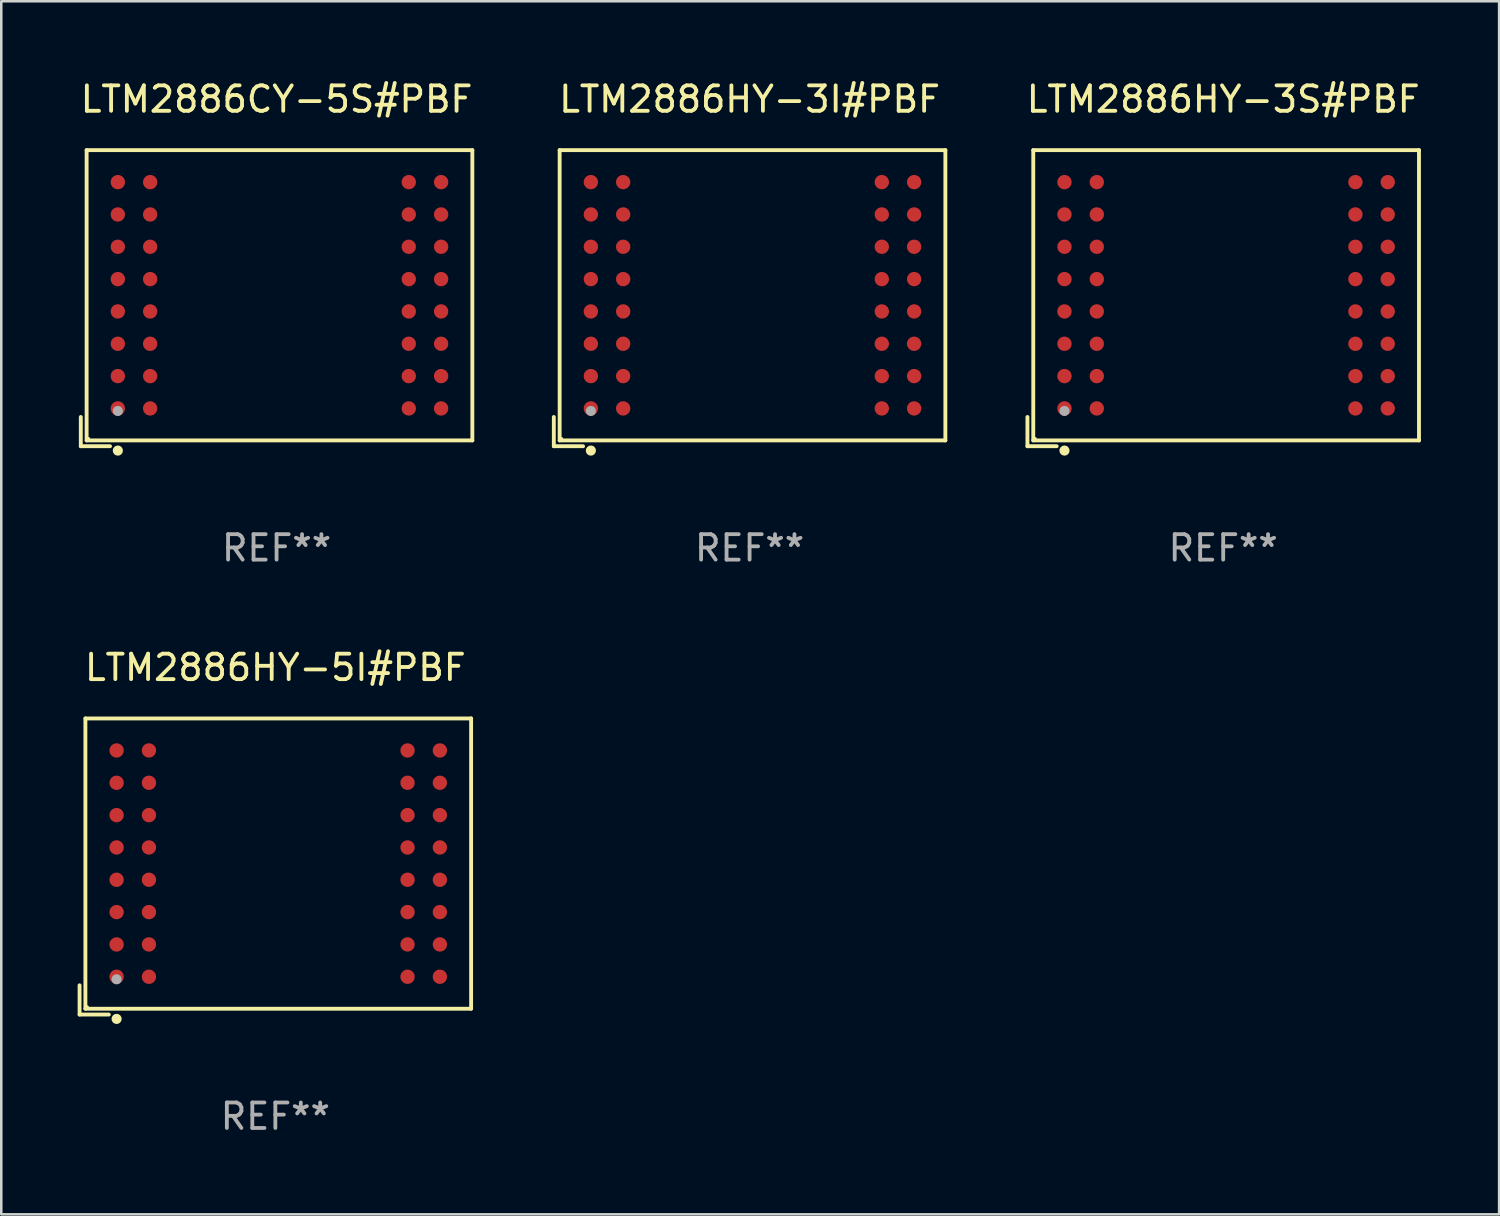
<source format=kicad_pcb>
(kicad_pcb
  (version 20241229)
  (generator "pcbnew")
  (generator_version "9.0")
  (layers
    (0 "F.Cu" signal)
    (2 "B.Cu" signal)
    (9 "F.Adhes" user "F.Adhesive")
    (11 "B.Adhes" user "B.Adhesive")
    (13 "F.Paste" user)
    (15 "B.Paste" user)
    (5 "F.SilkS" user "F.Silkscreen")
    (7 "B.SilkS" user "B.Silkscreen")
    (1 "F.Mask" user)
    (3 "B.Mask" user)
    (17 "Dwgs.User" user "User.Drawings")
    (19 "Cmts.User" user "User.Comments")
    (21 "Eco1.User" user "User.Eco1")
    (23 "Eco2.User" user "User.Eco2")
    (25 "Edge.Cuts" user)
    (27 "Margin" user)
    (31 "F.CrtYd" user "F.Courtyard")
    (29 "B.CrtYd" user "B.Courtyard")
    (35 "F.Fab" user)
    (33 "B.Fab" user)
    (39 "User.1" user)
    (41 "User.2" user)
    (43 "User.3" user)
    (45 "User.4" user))
  (footprint "LTM2886CY-5S#PBF"
    (layer "F.Cu")
    (at 7.815 8.664)
    (property "Reference" "LTM2886CY-5S#PBF" (at 0 -7.816 0) (layer "F.SilkS") (effects (font (size 1 1) (thickness 0.15))))
    (attr through_hole)
    (fp_line (start -7.691 4.667) (end -7.691 5.816) (stroke (width 0.152) (type solid)) (layer "F.SilkS"))
    (fp_line (start -7.691 5.816) (end -6.542 5.816) (stroke (width 0.152) (type solid)) (layer "F.SilkS"))
    (fp_line (start -7.462 -5.816) (end 7.691 -5.816) (stroke (width 0.152) (type solid)) (layer "F.SilkS"))
    (fp_line (start -7.462 5.587) (end -7.462 -5.816) (stroke (width 0.152) (type solid)) (layer "F.SilkS"))
    (fp_line (start 7.691 -5.816) (end 7.691 5.587) (stroke (width 0.152) (type solid)) (layer "F.SilkS"))
    (fp_line (start 7.691 5.587) (end -7.462 5.587) (stroke (width 0.152) (type solid)) (layer "F.SilkS"))
    (fp_circle (center -7.386 5.511) (end -7.356 5.511) (stroke (width 0.06) (type solid)) (fill no) (layer "F.SilkS"))
    (fp_circle (center -6.236 5.987) (end -6.136 5.987) (stroke (width 0.2) (type solid)) (fill no) (layer "F.SilkS"))
    (fp_circle (center -6.236 4.431) (end -6.136 4.431) (stroke (width 0.2) (type solid)) (fill no) (layer "F.Fab"))
    (fp_text user "REF**" (at 0 9.816 0) (layer "F.Fab") (effects (font (size 1 1) (thickness 0.15))))
    (pad "A1" smd circle (at -6.236 4.331) (size 0.563 0.563) (layers "F.Cu" "F.Mask" "F.Paste"))
    (pad "A2" smd circle (at -6.236 3.061) (size 0.563 0.563) (layers "F.Cu" "F.Mask" "F.Paste"))
    (pad "A3" smd circle (at -6.236 1.791) (size 0.563 0.563) (layers "F.Cu" "F.Mask" "F.Paste"))
    (pad "A4" smd circle (at -6.236 0.521) (size 0.563 0.563) (layers "F.Cu" "F.Mask" "F.Paste"))
    (pad "A5" smd circle (at -6.236 -0.749) (size 0.563 0.563) (layers "F.Cu" "F.Mask" "F.Paste"))
    (pad "A6" smd circle (at -6.236 -2.019) (size 0.563 0.563) (layers "F.Cu" "F.Mask" "F.Paste"))
    (pad "A7" smd circle (at -6.236 -3.289) (size 0.563 0.563) (layers "F.Cu" "F.Mask" "F.Paste"))
    (pad "A8" smd circle (at -6.236 -4.559) (size 0.563 0.563) (layers "F.Cu" "F.Mask" "F.Paste"))
    (pad "B1" smd circle (at -4.966 4.331) (size 0.563 0.563) (layers "F.Cu" "F.Mask" "F.Paste"))
    (pad "B2" smd circle (at -4.966 3.061) (size 0.563 0.563) (layers "F.Cu" "F.Mask" "F.Paste"))
    (pad "B3" smd circle (at -4.966 1.791) (size 0.563 0.563) (layers "F.Cu" "F.Mask" "F.Paste"))
    (pad "B4" smd circle (at -4.966 0.521) (size 0.563 0.563) (layers "F.Cu" "F.Mask" "F.Paste"))
    (pad "B5" smd circle (at -4.966 -0.749) (size 0.563 0.563) (layers "F.Cu" "F.Mask" "F.Paste"))
    (pad "B6" smd circle (at -4.966 -2.019) (size 0.563 0.563) (layers "F.Cu" "F.Mask" "F.Paste"))
    (pad "B7" smd circle (at -4.966 -3.289) (size 0.563 0.563) (layers "F.Cu" "F.Mask" "F.Paste"))
    (pad "B8" smd circle (at -4.966 -4.559) (size 0.563 0.563) (layers "F.Cu" "F.Mask" "F.Paste"))
    (pad "K1" smd circle (at 5.194 4.331) (size 0.563 0.563) (layers "F.Cu" "F.Mask" "F.Paste"))
    (pad "K2" smd circle (at 5.194 3.061) (size 0.563 0.563) (layers "F.Cu" "F.Mask" "F.Paste"))
    (pad "K3" smd circle (at 5.194 1.791) (size 0.563 0.563) (layers "F.Cu" "F.Mask" "F.Paste"))
    (pad "K4" smd circle (at 5.194 0.521) (size 0.563 0.563) (layers "F.Cu" "F.Mask" "F.Paste"))
    (pad "K5" smd circle (at 5.194 -0.749) (size 0.563 0.563) (layers "F.Cu" "F.Mask" "F.Paste"))
    (pad "K6" smd circle (at 5.194 -2.019) (size 0.563 0.563) (layers "F.Cu" "F.Mask" "F.Paste"))
    (pad "K7" smd circle (at 5.194 -3.289) (size 0.563 0.563) (layers "F.Cu" "F.Mask" "F.Paste"))
    (pad "K8" smd circle (at 5.194 -4.559) (size 0.563 0.563) (layers "F.Cu" "F.Mask" "F.Paste"))
    (pad "L1" smd circle (at 6.464 4.331) (size 0.563 0.563) (layers "F.Cu" "F.Mask" "F.Paste"))
    (pad "L2" smd circle (at 6.464 3.061) (size 0.563 0.563) (layers "F.Cu" "F.Mask" "F.Paste"))
    (pad "L3" smd circle (at 6.464 1.791) (size 0.563 0.563) (layers "F.Cu" "F.Mask" "F.Paste"))
    (pad "L4" smd circle (at 6.464 0.521) (size 0.563 0.563) (layers "F.Cu" "F.Mask" "F.Paste"))
    (pad "L5" smd circle (at 6.464 -0.749) (size 0.563 0.563) (layers "F.Cu" "F.Mask" "F.Paste"))
    (pad "L6" smd circle (at 6.464 -2.019) (size 0.563 0.563) (layers "F.Cu" "F.Mask" "F.Paste"))
    (pad "L7" smd circle (at 6.464 -3.289) (size 0.563 0.563) (layers "F.Cu" "F.Mask" "F.Paste"))
    (pad "L8" smd circle (at 6.464 -4.559) (size 0.563 0.563) (layers "F.Cu" "F.Mask" "F.Paste")))
  (footprint "LTM2886HY-5I#PBF"
    (layer "F.Cu")
    (at 7.767 30.991)
    (property "Reference" "LTM2886HY-5I#PBF" (at 0 -7.816 0) (layer "F.SilkS") (effects (font (size 1 1) (thickness 0.15))))
    (attr through_hole)
    (fp_line (start -7.691 4.667) (end -7.691 5.816) (stroke (width 0.152) (type solid)) (layer "F.SilkS"))
    (fp_line (start -7.691 5.816) (end -6.542 5.816) (stroke (width 0.152) (type solid)) (layer "F.SilkS"))
    (fp_line (start -7.462 -5.816) (end 7.691 -5.816) (stroke (width 0.152) (type solid)) (layer "F.SilkS"))
    (fp_line (start -7.462 5.587) (end -7.462 -5.816) (stroke (width 0.152) (type solid)) (layer "F.SilkS"))
    (fp_line (start 7.691 -5.816) (end 7.691 5.587) (stroke (width 0.152) (type solid)) (layer "F.SilkS"))
    (fp_line (start 7.691 5.587) (end -7.462 5.587) (stroke (width 0.152) (type solid)) (layer "F.SilkS"))
    (fp_circle (center -7.386 5.511) (end -7.356 5.511) (stroke (width 0.06) (type solid)) (fill no) (layer "F.SilkS"))
    (fp_circle (center -6.236 5.987) (end -6.136 5.987) (stroke (width 0.2) (type solid)) (fill no) (layer "F.SilkS"))
    (fp_circle (center -6.236 4.431) (end -6.136 4.431) (stroke (width 0.2) (type solid)) (fill no) (layer "F.Fab"))
    (fp_text user "REF**" (at 0 9.816 0) (layer "F.Fab") (effects (font (size 1 1) (thickness 0.15))))
    (pad "A1" smd circle (at -6.236 4.331) (size 0.563 0.563) (layers "F.Cu" "F.Mask" "F.Paste"))
    (pad "A2" smd circle (at -6.236 3.061) (size 0.563 0.563) (layers "F.Cu" "F.Mask" "F.Paste"))
    (pad "A3" smd circle (at -6.236 1.791) (size 0.563 0.563) (layers "F.Cu" "F.Mask" "F.Paste"))
    (pad "A4" smd circle (at -6.236 0.521) (size 0.563 0.563) (layers "F.Cu" "F.Mask" "F.Paste"))
    (pad "A5" smd circle (at -6.236 -0.749) (size 0.563 0.563) (layers "F.Cu" "F.Mask" "F.Paste"))
    (pad "A6" smd circle (at -6.236 -2.019) (size 0.563 0.563) (layers "F.Cu" "F.Mask" "F.Paste"))
    (pad "A7" smd circle (at -6.236 -3.289) (size 0.563 0.563) (layers "F.Cu" "F.Mask" "F.Paste"))
    (pad "A8" smd circle (at -6.236 -4.559) (size 0.563 0.563) (layers "F.Cu" "F.Mask" "F.Paste"))
    (pad "B1" smd circle (at -4.966 4.331) (size 0.563 0.563) (layers "F.Cu" "F.Mask" "F.Paste"))
    (pad "B2" smd circle (at -4.966 3.061) (size 0.563 0.563) (layers "F.Cu" "F.Mask" "F.Paste"))
    (pad "B3" smd circle (at -4.966 1.791) (size 0.563 0.563) (layers "F.Cu" "F.Mask" "F.Paste"))
    (pad "B4" smd circle (at -4.966 0.521) (size 0.563 0.563) (layers "F.Cu" "F.Mask" "F.Paste"))
    (pad "B5" smd circle (at -4.966 -0.749) (size 0.563 0.563) (layers "F.Cu" "F.Mask" "F.Paste"))
    (pad "B6" smd circle (at -4.966 -2.019) (size 0.563 0.563) (layers "F.Cu" "F.Mask" "F.Paste"))
    (pad "B7" smd circle (at -4.966 -3.289) (size 0.563 0.563) (layers "F.Cu" "F.Mask" "F.Paste"))
    (pad "B8" smd circle (at -4.966 -4.559) (size 0.563 0.563) (layers "F.Cu" "F.Mask" "F.Paste"))
    (pad "K1" smd circle (at 5.194 4.331) (size 0.563 0.563) (layers "F.Cu" "F.Mask" "F.Paste"))
    (pad "K2" smd circle (at 5.194 3.061) (size 0.563 0.563) (layers "F.Cu" "F.Mask" "F.Paste"))
    (pad "K3" smd circle (at 5.194 1.791) (size 0.563 0.563) (layers "F.Cu" "F.Mask" "F.Paste"))
    (pad "K4" smd circle (at 5.194 0.521) (size 0.563 0.563) (layers "F.Cu" "F.Mask" "F.Paste"))
    (pad "K5" smd circle (at 5.194 -0.749) (size 0.563 0.563) (layers "F.Cu" "F.Mask" "F.Paste"))
    (pad "K6" smd circle (at 5.194 -2.019) (size 0.563 0.563) (layers "F.Cu" "F.Mask" "F.Paste"))
    (pad "K7" smd circle (at 5.194 -3.289) (size 0.563 0.563) (layers "F.Cu" "F.Mask" "F.Paste"))
    (pad "K8" smd circle (at 5.194 -4.559) (size 0.563 0.563) (layers "F.Cu" "F.Mask" "F.Paste"))
    (pad "L1" smd circle (at 6.464 4.331) (size 0.563 0.563) (layers "F.Cu" "F.Mask" "F.Paste"))
    (pad "L2" smd circle (at 6.464 3.061) (size 0.563 0.563) (layers "F.Cu" "F.Mask" "F.Paste"))
    (pad "L3" smd circle (at 6.464 1.791) (size 0.563 0.563) (layers "F.Cu" "F.Mask" "F.Paste"))
    (pad "L4" smd circle (at 6.464 0.521) (size 0.563 0.563) (layers "F.Cu" "F.Mask" "F.Paste"))
    (pad "L5" smd circle (at 6.464 -0.749) (size 0.563 0.563) (layers "F.Cu" "F.Mask" "F.Paste"))
    (pad "L6" smd circle (at 6.464 -2.019) (size 0.563 0.563) (layers "F.Cu" "F.Mask" "F.Paste"))
    (pad "L7" smd circle (at 6.464 -3.289) (size 0.563 0.563) (layers "F.Cu" "F.Mask" "F.Paste"))
    (pad "L8" smd circle (at 6.464 -4.559) (size 0.563 0.563) (layers "F.Cu" "F.Mask" "F.Paste")))
  (footprint "LTM2886HY-3S#PBF"
    (layer "F.Cu")
    (at 45.004 8.664)
    (property "Reference" "LTM2886HY-3S#PBF" (at 0 -7.816 0) (layer "F.SilkS") (effects (font (size 1 1) (thickness 0.15))))
    (attr through_hole)
    (fp_line (start -7.691 4.667) (end -7.691 5.816) (stroke (width 0.152) (type solid)) (layer "F.SilkS"))
    (fp_line (start -7.691 5.816) (end -6.542 5.816) (stroke (width 0.152) (type solid)) (layer "F.SilkS"))
    (fp_line (start -7.462 -5.816) (end 7.691 -5.816) (stroke (width 0.152) (type solid)) (layer "F.SilkS"))
    (fp_line (start -7.462 5.587) (end -7.462 -5.816) (stroke (width 0.152) (type solid)) (layer "F.SilkS"))
    (fp_line (start 7.691 -5.816) (end 7.691 5.587) (stroke (width 0.152) (type solid)) (layer "F.SilkS"))
    (fp_line (start 7.691 5.587) (end -7.462 5.587) (stroke (width 0.152) (type solid)) (layer "F.SilkS"))
    (fp_circle (center -7.386 5.511) (end -7.356 5.511) (stroke (width 0.06) (type solid)) (fill no) (layer "F.SilkS"))
    (fp_circle (center -6.236 5.987) (end -6.136 5.987) (stroke (width 0.2) (type solid)) (fill no) (layer "F.SilkS"))
    (fp_circle (center -6.236 4.431) (end -6.136 4.431) (stroke (width 0.2) (type solid)) (fill no) (layer "F.Fab"))
    (fp_text user "REF**" (at 0 9.816 0) (layer "F.Fab") (effects (font (size 1 1) (thickness 0.15))))
    (pad "A1" smd circle (at -6.236 4.331) (size 0.563 0.563) (layers "F.Cu" "F.Mask" "F.Paste"))
    (pad "A2" smd circle (at -6.236 3.061) (size 0.563 0.563) (layers "F.Cu" "F.Mask" "F.Paste"))
    (pad "A3" smd circle (at -6.236 1.791) (size 0.563 0.563) (layers "F.Cu" "F.Mask" "F.Paste"))
    (pad "A4" smd circle (at -6.236 0.521) (size 0.563 0.563) (layers "F.Cu" "F.Mask" "F.Paste"))
    (pad "A5" smd circle (at -6.236 -0.749) (size 0.563 0.563) (layers "F.Cu" "F.Mask" "F.Paste"))
    (pad "A6" smd circle (at -6.236 -2.019) (size 0.563 0.563) (layers "F.Cu" "F.Mask" "F.Paste"))
    (pad "A7" smd circle (at -6.236 -3.289) (size 0.563 0.563) (layers "F.Cu" "F.Mask" "F.Paste"))
    (pad "A8" smd circle (at -6.236 -4.559) (size 0.563 0.563) (layers "F.Cu" "F.Mask" "F.Paste"))
    (pad "B1" smd circle (at -4.966 4.331) (size 0.563 0.563) (layers "F.Cu" "F.Mask" "F.Paste"))
    (pad "B2" smd circle (at -4.966 3.061) (size 0.563 0.563) (layers "F.Cu" "F.Mask" "F.Paste"))
    (pad "B3" smd circle (at -4.966 1.791) (size 0.563 0.563) (layers "F.Cu" "F.Mask" "F.Paste"))
    (pad "B4" smd circle (at -4.966 0.521) (size 0.563 0.563) (layers "F.Cu" "F.Mask" "F.Paste"))
    (pad "B5" smd circle (at -4.966 -0.749) (size 0.563 0.563) (layers "F.Cu" "F.Mask" "F.Paste"))
    (pad "B6" smd circle (at -4.966 -2.019) (size 0.563 0.563) (layers "F.Cu" "F.Mask" "F.Paste"))
    (pad "B7" smd circle (at -4.966 -3.289) (size 0.563 0.563) (layers "F.Cu" "F.Mask" "F.Paste"))
    (pad "B8" smd circle (at -4.966 -4.559) (size 0.563 0.563) (layers "F.Cu" "F.Mask" "F.Paste"))
    (pad "K1" smd circle (at 5.194 4.331) (size 0.563 0.563) (layers "F.Cu" "F.Mask" "F.Paste"))
    (pad "K2" smd circle (at 5.194 3.061) (size 0.563 0.563) (layers "F.Cu" "F.Mask" "F.Paste"))
    (pad "K3" smd circle (at 5.194 1.791) (size 0.563 0.563) (layers "F.Cu" "F.Mask" "F.Paste"))
    (pad "K4" smd circle (at 5.194 0.521) (size 0.563 0.563) (layers "F.Cu" "F.Mask" "F.Paste"))
    (pad "K5" smd circle (at 5.194 -0.749) (size 0.563 0.563) (layers "F.Cu" "F.Mask" "F.Paste"))
    (pad "K6" smd circle (at 5.194 -2.019) (size 0.563 0.563) (layers "F.Cu" "F.Mask" "F.Paste"))
    (pad "K7" smd circle (at 5.194 -3.289) (size 0.563 0.563) (layers "F.Cu" "F.Mask" "F.Paste"))
    (pad "K8" smd circle (at 5.194 -4.559) (size 0.563 0.563) (layers "F.Cu" "F.Mask" "F.Paste"))
    (pad "L1" smd circle (at 6.464 4.331) (size 0.563 0.563) (layers "F.Cu" "F.Mask" "F.Paste"))
    (pad "L2" smd circle (at 6.464 3.061) (size 0.563 0.563) (layers "F.Cu" "F.Mask" "F.Paste"))
    (pad "L3" smd circle (at 6.464 1.791) (size 0.563 0.563) (layers "F.Cu" "F.Mask" "F.Paste"))
    (pad "L4" smd circle (at 6.464 0.521) (size 0.563 0.563) (layers "F.Cu" "F.Mask" "F.Paste"))
    (pad "L5" smd circle (at 6.464 -0.749) (size 0.563 0.563) (layers "F.Cu" "F.Mask" "F.Paste"))
    (pad "L6" smd circle (at 6.464 -2.019) (size 0.563 0.563) (layers "F.Cu" "F.Mask" "F.Paste"))
    (pad "L7" smd circle (at 6.464 -3.289) (size 0.563 0.563) (layers "F.Cu" "F.Mask" "F.Paste"))
    (pad "L8" smd circle (at 6.464 -4.559) (size 0.563 0.563) (layers "F.Cu" "F.Mask" "F.Paste")))
  (footprint "LTM2886HY-3I#PBF"
    (layer "F.Cu")
    (at 26.398 8.664)
    (property "Reference" "LTM2886HY-3I#PBF" (at 0 -7.816 0) (layer "F.SilkS") (effects (font (size 1 1) (thickness 0.15))))
    (attr through_hole)
    (fp_line (start -7.691 4.667) (end -7.691 5.816) (stroke (width 0.152) (type solid)) (layer "F.SilkS"))
    (fp_line (start -7.691 5.816) (end -6.542 5.816) (stroke (width 0.152) (type solid)) (layer "F.SilkS"))
    (fp_line (start -7.462 -5.816) (end 7.691 -5.816) (stroke (width 0.152) (type solid)) (layer "F.SilkS"))
    (fp_line (start -7.462 5.587) (end -7.462 -5.816) (stroke (width 0.152) (type solid)) (layer "F.SilkS"))
    (fp_line (start 7.691 -5.816) (end 7.691 5.587) (stroke (width 0.152) (type solid)) (layer "F.SilkS"))
    (fp_line (start 7.691 5.587) (end -7.462 5.587) (stroke (width 0.152) (type solid)) (layer "F.SilkS"))
    (fp_circle (center -7.386 5.511) (end -7.356 5.511) (stroke (width 0.06) (type solid)) (fill no) (layer "F.SilkS"))
    (fp_circle (center -6.236 5.987) (end -6.136 5.987) (stroke (width 0.2) (type solid)) (fill no) (layer "F.SilkS"))
    (fp_circle (center -6.236 4.431) (end -6.136 4.431) (stroke (width 0.2) (type solid)) (fill no) (layer "F.Fab"))
    (fp_text user "REF**" (at 0 9.816 0) (layer "F.Fab") (effects (font (size 1 1) (thickness 0.15))))
    (pad "A1" smd circle (at -6.236 4.331) (size 0.563 0.563) (layers "F.Cu" "F.Mask" "F.Paste"))
    (pad "A2" smd circle (at -6.236 3.061) (size 0.563 0.563) (layers "F.Cu" "F.Mask" "F.Paste"))
    (pad "A3" smd circle (at -6.236 1.791) (size 0.563 0.563) (layers "F.Cu" "F.Mask" "F.Paste"))
    (pad "A4" smd circle (at -6.236 0.521) (size 0.563 0.563) (layers "F.Cu" "F.Mask" "F.Paste"))
    (pad "A5" smd circle (at -6.236 -0.749) (size 0.563 0.563) (layers "F.Cu" "F.Mask" "F.Paste"))
    (pad "A6" smd circle (at -6.236 -2.019) (size 0.563 0.563) (layers "F.Cu" "F.Mask" "F.Paste"))
    (pad "A7" smd circle (at -6.236 -3.289) (size 0.563 0.563) (layers "F.Cu" "F.Mask" "F.Paste"))
    (pad "A8" smd circle (at -6.236 -4.559) (size 0.563 0.563) (layers "F.Cu" "F.Mask" "F.Paste"))
    (pad "B1" smd circle (at -4.966 4.331) (size 0.563 0.563) (layers "F.Cu" "F.Mask" "F.Paste"))
    (pad "B2" smd circle (at -4.966 3.061) (size 0.563 0.563) (layers "F.Cu" "F.Mask" "F.Paste"))
    (pad "B3" smd circle (at -4.966 1.791) (size 0.563 0.563) (layers "F.Cu" "F.Mask" "F.Paste"))
    (pad "B4" smd circle (at -4.966 0.521) (size 0.563 0.563) (layers "F.Cu" "F.Mask" "F.Paste"))
    (pad "B5" smd circle (at -4.966 -0.749) (size 0.563 0.563) (layers "F.Cu" "F.Mask" "F.Paste"))
    (pad "B6" smd circle (at -4.966 -2.019) (size 0.563 0.563) (layers "F.Cu" "F.Mask" "F.Paste"))
    (pad "B7" smd circle (at -4.966 -3.289) (size 0.563 0.563) (layers "F.Cu" "F.Mask" "F.Paste"))
    (pad "B8" smd circle (at -4.966 -4.559) (size 0.563 0.563) (layers "F.Cu" "F.Mask" "F.Paste"))
    (pad "K1" smd circle (at 5.194 4.331) (size 0.563 0.563) (layers "F.Cu" "F.Mask" "F.Paste"))
    (pad "K2" smd circle (at 5.194 3.061) (size 0.563 0.563) (layers "F.Cu" "F.Mask" "F.Paste"))
    (pad "K3" smd circle (at 5.194 1.791) (size 0.563 0.563) (layers "F.Cu" "F.Mask" "F.Paste"))
    (pad "K4" smd circle (at 5.194 0.521) (size 0.563 0.563) (layers "F.Cu" "F.Mask" "F.Paste"))
    (pad "K5" smd circle (at 5.194 -0.749) (size 0.563 0.563) (layers "F.Cu" "F.Mask" "F.Paste"))
    (pad "K6" smd circle (at 5.194 -2.019) (size 0.563 0.563) (layers "F.Cu" "F.Mask" "F.Paste"))
    (pad "K7" smd circle (at 5.194 -3.289) (size 0.563 0.563) (layers "F.Cu" "F.Mask" "F.Paste"))
    (pad "K8" smd circle (at 5.194 -4.559) (size 0.563 0.563) (layers "F.Cu" "F.Mask" "F.Paste"))
    (pad "L1" smd circle (at 6.464 4.331) (size 0.563 0.563) (layers "F.Cu" "F.Mask" "F.Paste"))
    (pad "L2" smd circle (at 6.464 3.061) (size 0.563 0.563) (layers "F.Cu" "F.Mask" "F.Paste"))
    (pad "L3" smd circle (at 6.464 1.791) (size 0.563 0.563) (layers "F.Cu" "F.Mask" "F.Paste"))
    (pad "L4" smd circle (at 6.464 0.521) (size 0.563 0.563) (layers "F.Cu" "F.Mask" "F.Paste"))
    (pad "L5" smd circle (at 6.464 -0.749) (size 0.563 0.563) (layers "F.Cu" "F.Mask" "F.Paste"))
    (pad "L6" smd circle (at 6.464 -2.019) (size 0.563 0.563) (layers "F.Cu" "F.Mask" "F.Paste"))
    (pad "L7" smd circle (at 6.464 -3.289) (size 0.563 0.563) (layers "F.Cu" "F.Mask" "F.Paste"))
    (pad "L8" smd circle (at 6.464 -4.559) (size 0.563 0.563) (layers "F.Cu" "F.Mask" "F.Paste")))
  (gr_rect
    (start -3 -3)
    (end 55.843 44.655)
    (stroke (width 0.1) (type default))
    (fill no)
    (layer "Edge.Cuts")))
</source>
